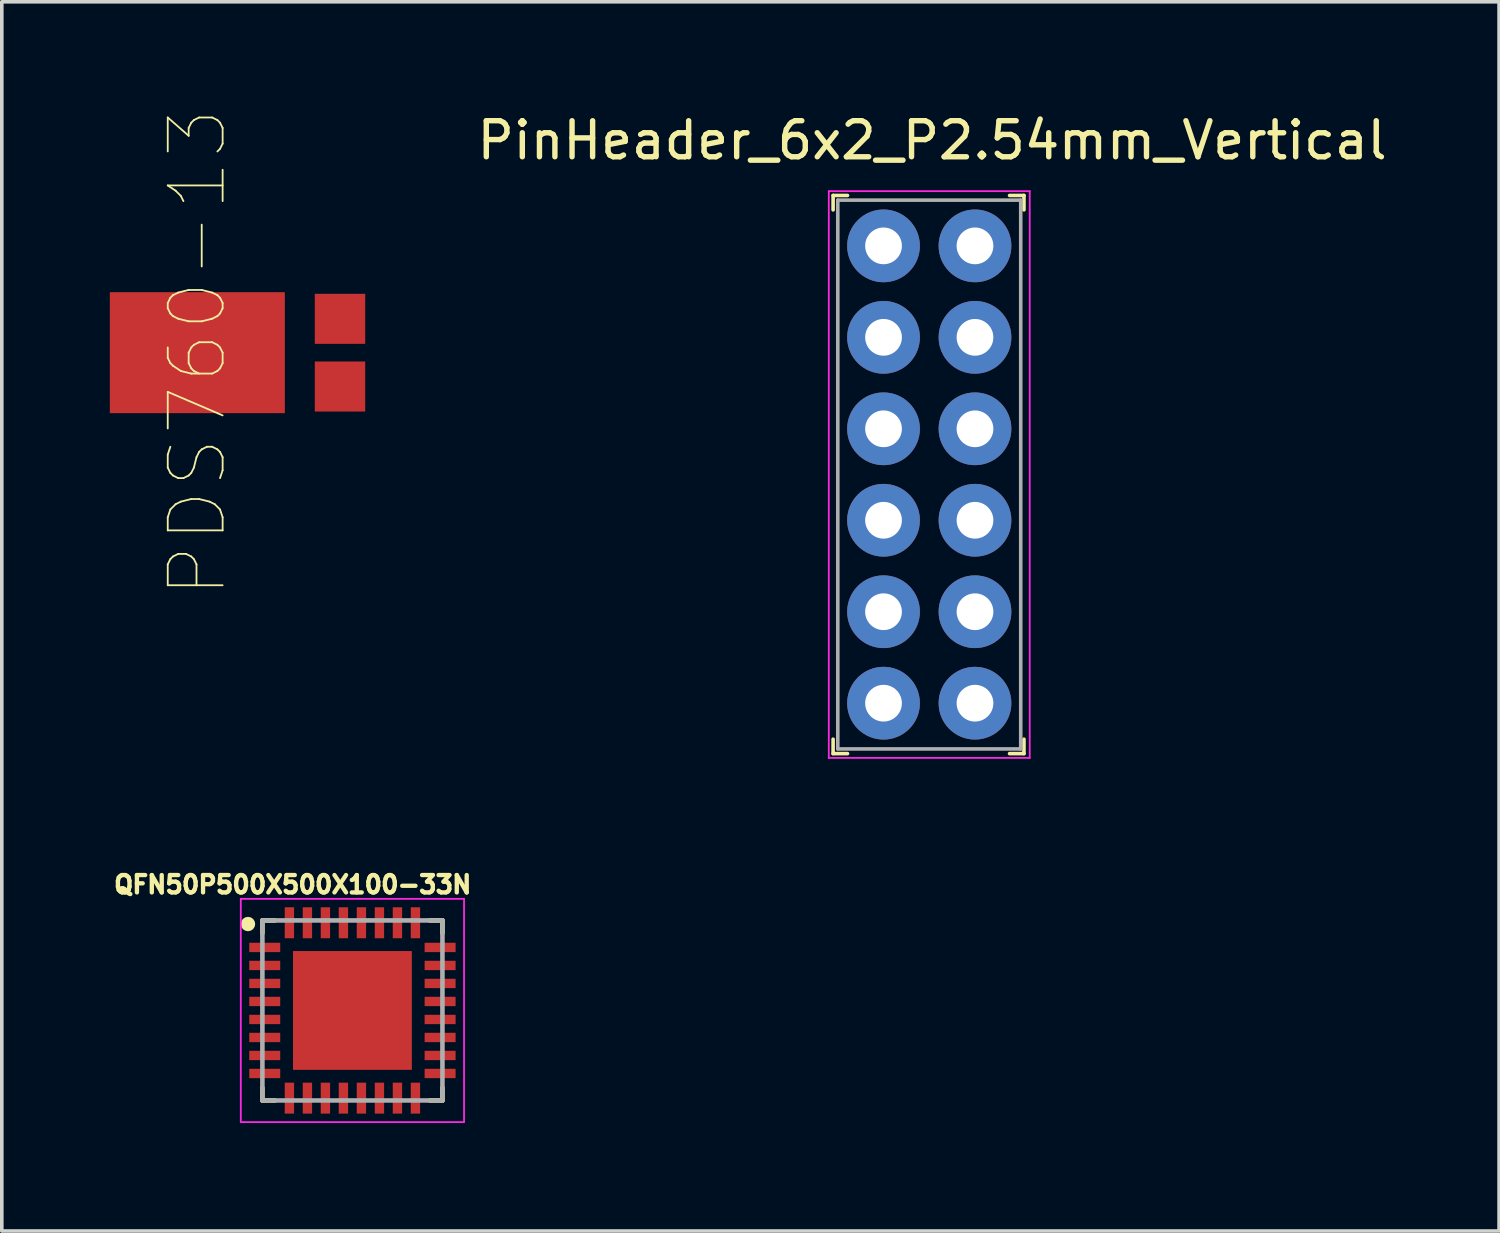
<source format=kicad_pcb>
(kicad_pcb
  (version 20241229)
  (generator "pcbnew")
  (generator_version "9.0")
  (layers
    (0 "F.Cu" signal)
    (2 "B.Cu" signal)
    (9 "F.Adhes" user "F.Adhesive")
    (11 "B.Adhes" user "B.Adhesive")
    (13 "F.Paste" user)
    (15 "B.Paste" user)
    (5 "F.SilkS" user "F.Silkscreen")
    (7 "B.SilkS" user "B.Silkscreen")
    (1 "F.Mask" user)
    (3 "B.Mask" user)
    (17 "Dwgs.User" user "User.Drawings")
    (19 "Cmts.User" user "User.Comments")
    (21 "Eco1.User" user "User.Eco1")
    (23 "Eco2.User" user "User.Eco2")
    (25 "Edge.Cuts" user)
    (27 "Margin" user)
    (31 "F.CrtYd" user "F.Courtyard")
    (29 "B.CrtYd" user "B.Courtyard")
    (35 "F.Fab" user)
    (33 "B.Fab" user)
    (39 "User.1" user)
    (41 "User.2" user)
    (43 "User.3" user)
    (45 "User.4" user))
  (footprint "PDS760-13"
    (layer "F.Cu")
    (at 2.93 6.644)
    (property "Reference" "PDS760-13" (at -0.5 0.1 270) (layer "F.SilkS") (effects (font (size 1.524 1.524) (thickness 0.05))))
    (attr smd)
    (pad "A" smd rect (at 3.462 -0.84 90) (size 1.39 1.4) (layers "F.Cu" "F.Mask" "F.Paste"))
    (pad "A" smd rect (at 3.462 1.04 270) (size 1.39 1.4) (layers "F.Cu" "F.Mask" "F.Paste"))
    (pad "C" smd rect (at -0.5 0.1 90) (size 3.36 4.86) (layers "F.Cu" "F.Mask" "F.Paste")))
  (footprint "QFN50P500X500X100-33N"
    (layer "F.Cu")
    (at 6.737 25.011)
    (property "Reference" "QFN50P500X500X100-33N" (at -1.658 -3.495 0) (layer "F.SilkS") (effects (font (size 0.482 0.482) (thickness 0.121))))
    (attr through_hole)
    (fp_line (start -2.5 -2.5) (end -2.15 -2.5) (stroke (width 0.127) (type solid)) (layer "F.SilkS"))
    (fp_line (start -2.5 -2.15) (end -2.5 -2.5) (stroke (width 0.127) (type solid)) (layer "F.SilkS"))
    (fp_line (start -2.5 2.5) (end -2.5 2.15) (stroke (width 0.127) (type solid)) (layer "F.SilkS"))
    (fp_line (start -2.15 2.5) (end -2.5 2.5) (stroke (width 0.127) (type solid)) (layer "F.SilkS"))
    (fp_line (start 2.15 -2.5) (end 2.5 -2.5) (stroke (width 0.127) (type solid)) (layer "F.SilkS"))
    (fp_line (start 2.15 2.5) (end 2.5 2.5) (stroke (width 0.127) (type solid)) (layer "F.SilkS"))
    (fp_line (start 2.5 -2.5) (end 2.5 -2.15) (stroke (width 0.127) (type solid)) (layer "F.SilkS"))
    (fp_line (start 2.5 2.5) (end 2.5 2.15) (stroke (width 0.127) (type solid)) (layer "F.SilkS"))
    (fp_circle (center -2.9 -2.4) (end -2.8 -2.4) (stroke (width 0.2) (type solid)) (fill no) (layer "F.SilkS"))
    (fp_poly (pts (xy -1.156 -1.15) (xy 1.15 -1.15) (xy 1.15 1.156) (xy -1.156 1.156)) (stroke (width 0.01) (type solid)) (fill yes) (layer "F.Paste"))
    (fp_line (start -3.1 -3.1) (end 3.1 -3.1) (stroke (width 0.05) (type solid)) (layer "F.CrtYd"))
    (fp_line (start -3.1 3.1) (end -3.1 -3.1) (stroke (width 0.05) (type solid)) (layer "F.CrtYd"))
    (fp_line (start 3.1 -3.1) (end 3.1 3.1) (stroke (width 0.05) (type solid)) (layer "F.CrtYd"))
    (fp_line (start 3.1 3.1) (end -3.1 3.1) (stroke (width 0.05) (type solid)) (layer "F.CrtYd"))
    (fp_line (start -2.5 -2.5) (end 2.5 -2.5) (stroke (width 0.127) (type solid)) (layer "F.Fab"))
    (fp_line (start -2.5 2.5) (end -2.5 -2.5) (stroke (width 0.127) (type solid)) (layer "F.Fab"))
    (fp_line (start 2.5 -2.5) (end 2.5 2.5) (stroke (width 0.127) (type solid)) (layer "F.Fab"))
    (fp_line (start 2.5 2.5) (end -2.5 2.5) (stroke (width 0.127) (type solid)) (layer "F.Fab"))
    (pad "1" smd rect (at -2.435 -1.75) (size 0.86 0.26) (layers "F.Cu" "F.Mask" "F.Paste"))
    (pad "2" smd rect (at -2.435 -1.25) (size 0.86 0.26) (layers "F.Cu" "F.Mask" "F.Paste"))
    (pad "3" smd rect (at -2.435 -0.75) (size 0.86 0.26) (layers "F.Cu" "F.Mask" "F.Paste"))
    (pad "4" smd rect (at -2.435 -0.25) (size 0.86 0.26) (layers "F.Cu" "F.Mask" "F.Paste"))
    (pad "5" smd rect (at -2.435 0.25) (size 0.86 0.26) (layers "F.Cu" "F.Mask" "F.Paste"))
    (pad "6" smd rect (at -2.435 0.75) (size 0.86 0.26) (layers "F.Cu" "F.Mask" "F.Paste"))
    (pad "7" smd rect (at -2.435 1.25) (size 0.86 0.26) (layers "F.Cu" "F.Mask" "F.Paste"))
    (pad "8" smd rect (at -2.435 1.75) (size 0.86 0.26) (layers "F.Cu" "F.Mask" "F.Paste"))
    (pad "9" smd rect (at -1.75 2.435) (size 0.26 0.86) (layers "F.Cu" "F.Mask" "F.Paste"))
    (pad "10" smd rect (at -1.25 2.435) (size 0.26 0.86) (layers "F.Cu" "F.Mask" "F.Paste"))
    (pad "11" smd rect (at -0.75 2.435) (size 0.26 0.86) (layers "F.Cu" "F.Mask" "F.Paste"))
    (pad "12" smd rect (at -0.25 2.435) (size 0.26 0.86) (layers "F.Cu" "F.Mask" "F.Paste"))
    (pad "13" smd rect (at 0.25 2.435) (size 0.26 0.86) (layers "F.Cu" "F.Mask" "F.Paste"))
    (pad "14" smd rect (at 0.75 2.435) (size 0.26 0.86) (layers "F.Cu" "F.Mask" "F.Paste"))
    (pad "15" smd rect (at 1.25 2.435) (size 0.26 0.86) (layers "F.Cu" "F.Mask" "F.Paste"))
    (pad "16" smd rect (at 1.75 2.435) (size 0.26 0.86) (layers "F.Cu" "F.Mask" "F.Paste"))
    (pad "17" smd rect (at 2.435 1.75) (size 0.86 0.26) (layers "F.Cu" "F.Mask" "F.Paste"))
    (pad "18" smd rect (at 2.435 1.25) (size 0.86 0.26) (layers "F.Cu" "F.Mask" "F.Paste"))
    (pad "19" smd rect (at 2.435 0.75) (size 0.86 0.26) (layers "F.Cu" "F.Mask" "F.Paste"))
    (pad "20" smd rect (at 2.435 0.25) (size 0.86 0.26) (layers "F.Cu" "F.Mask" "F.Paste"))
    (pad "21" smd rect (at 2.435 -0.25) (size 0.86 0.26) (layers "F.Cu" "F.Mask" "F.Paste"))
    (pad "22" smd rect (at 2.435 -0.75) (size 0.86 0.26) (layers "F.Cu" "F.Mask" "F.Paste"))
    (pad "23" smd rect (at 2.435 -1.25) (size 0.86 0.26) (layers "F.Cu" "F.Mask" "F.Paste"))
    (pad "24" smd rect (at 2.435 -1.75) (size 0.86 0.26) (layers "F.Cu" "F.Mask" "F.Paste"))
    (pad "25" smd rect (at 1.75 -2.435) (size 0.26 0.86) (layers "F.Cu" "F.Mask" "F.Paste"))
    (pad "26" smd rect (at 1.25 -2.435) (size 0.26 0.86) (layers "F.Cu" "F.Mask" "F.Paste"))
    (pad "27" smd rect (at 0.75 -2.435) (size 0.26 0.86) (layers "F.Cu" "F.Mask" "F.Paste"))
    (pad "28" smd rect (at 0.25 -2.435) (size 0.26 0.86) (layers "F.Cu" "F.Mask" "F.Paste"))
    (pad "29" smd rect (at -0.25 -2.435) (size 0.26 0.86) (layers "F.Cu" "F.Mask" "F.Paste"))
    (pad "30" smd rect (at -0.75 -2.435) (size 0.26 0.86) (layers "F.Cu" "F.Mask" "F.Paste"))
    (pad "31" smd rect (at -1.25 -2.435) (size 0.26 0.86) (layers "F.Cu" "F.Mask" "F.Paste"))
    (pad "32" smd rect (at -1.75 -2.435) (size 0.26 0.86) (layers "F.Cu" "F.Mask" "F.Paste"))
    (pad "33" smd rect (at 0 0) (size 3.3 3.3) (layers "F.Cu" "F.Mask")))
  (footprint "PinHeader_6x2_P2.54mm_Vertical"
    (layer "F.Cu")
    (at 21.486 3.778)
    (property "Reference" "PinHeader_6x2_P2.54mm_Vertical" (at 1.35 -2.93 0) (layer "F.SilkS") (effects (font (size 1 1) (thickness 0.15))))
    (attr through_hole)
    (fp_line (start -1.4 -1.4) (end -1.4 -1) (stroke (width 0.1) (type solid)) (layer "F.SilkS"))
    (fp_line (start -1.4 -1.4) (end -1 -1.4) (stroke (width 0.1) (type solid)) (layer "F.SilkS"))
    (fp_line (start -1.4 14.1) (end -1.4 13.7) (stroke (width 0.1) (type solid)) (layer "F.SilkS"))
    (fp_line (start -1.4 14.1) (end -1 14.1) (stroke (width 0.1) (type solid)) (layer "F.SilkS"))
    (fp_line (start 3.9 -1.4) (end 3.5 -1.4) (stroke (width 0.1) (type solid)) (layer "F.SilkS"))
    (fp_line (start 3.9 -1.4) (end 3.9 -1) (stroke (width 0.1) (type solid)) (layer "F.SilkS"))
    (fp_line (start 3.9 14.1) (end 3.5 14.1) (stroke (width 0.1) (type solid)) (layer "F.SilkS"))
    (fp_line (start 3.9 14.1) (end 3.9 13.7) (stroke (width 0.1) (type solid)) (layer "F.SilkS"))
    (fp_line (start -1.52 -1.52) (end 4.06 -1.52) (stroke (width 0.05) (type solid)) (layer "F.CrtYd"))
    (fp_line (start -1.52 14.22) (end -1.52 -1.52) (stroke (width 0.05) (type solid)) (layer "F.CrtYd"))
    (fp_line (start -1.52 14.22) (end 4.06 14.22) (stroke (width 0.05) (type solid)) (layer "F.CrtYd"))
    (fp_line (start 4.06 14.22) (end 4.06 -1.52) (stroke (width 0.05) (type solid)) (layer "F.CrtYd"))
    (fp_line (start -1.27 -1.27) (end -1.27 13.97) (stroke (width 0.1) (type solid)) (layer "F.Fab"))
    (fp_line (start -1.27 -1.27) (end 3.81 -1.27) (stroke (width 0.1) (type solid)) (layer "F.Fab"))
    (fp_line (start -1.27 13.97) (end 3.81 13.97) (stroke (width 0.1) (type solid)) (layer "F.Fab"))
    (fp_line (start 3.81 -1.27) (end 3.81 13.97) (stroke (width 0.1) (type solid)) (layer "F.Fab"))
    (pad "1" thru_hole circle (at 0 0) (size 2.02 2.02) (drill 1.02) (layers "*.Cu" "*.Mask"))
    (pad "2" thru_hole circle (at 0 2.54) (size 2.02 2.02) (drill 1.02) (layers "*.Cu" "*.Mask"))
    (pad "3" thru_hole circle (at 0 5.08) (size 2.02 2.02) (drill 1.02) (layers "*.Cu" "*.Mask"))
    (pad "4" thru_hole circle (at 0 7.62) (size 2.02 2.02) (drill 1.02) (layers "*.Cu" "*.Mask"))
    (pad "5" thru_hole circle (at 0 10.16) (size 2.02 2.02) (drill 1.02) (layers "*.Cu" "*.Mask"))
    (pad "6" thru_hole circle (at 0 12.7) (size 2.02 2.02) (drill 1.02) (layers "*.Cu" "*.Mask"))
    (pad "7" thru_hole circle (at 2.54 12.7) (size 2.02 2.02) (drill 1.02) (layers "*.Cu" "*.Mask"))
    (pad "8" thru_hole circle (at 2.54 10.16) (size 2.02 2.02) (drill 1.02) (layers "*.Cu" "*.Mask"))
    (pad "9" thru_hole circle (at 2.54 7.62) (size 2.02 2.02) (drill 1.02) (layers "*.Cu" "*.Mask"))
    (pad "10" thru_hole circle (at 2.54 5.08) (size 2.02 2.02) (drill 1.02) (layers "*.Cu" "*.Mask"))
    (pad "11" thru_hole circle (at 2.54 2.54) (size 2.02 2.02) (drill 1.02) (layers "*.Cu" "*.Mask"))
    (pad "12" thru_hole circle (at 2.54 0) (size 2.02 2.02) (drill 1.02) (layers "*.Cu" "*.Mask")))
  (gr_rect
    (start -3 -3)
    (end 38.58 31.136)
    (stroke (width 0.1) (type default))
    (fill no)
    (layer "Edge.Cuts")))
</source>
